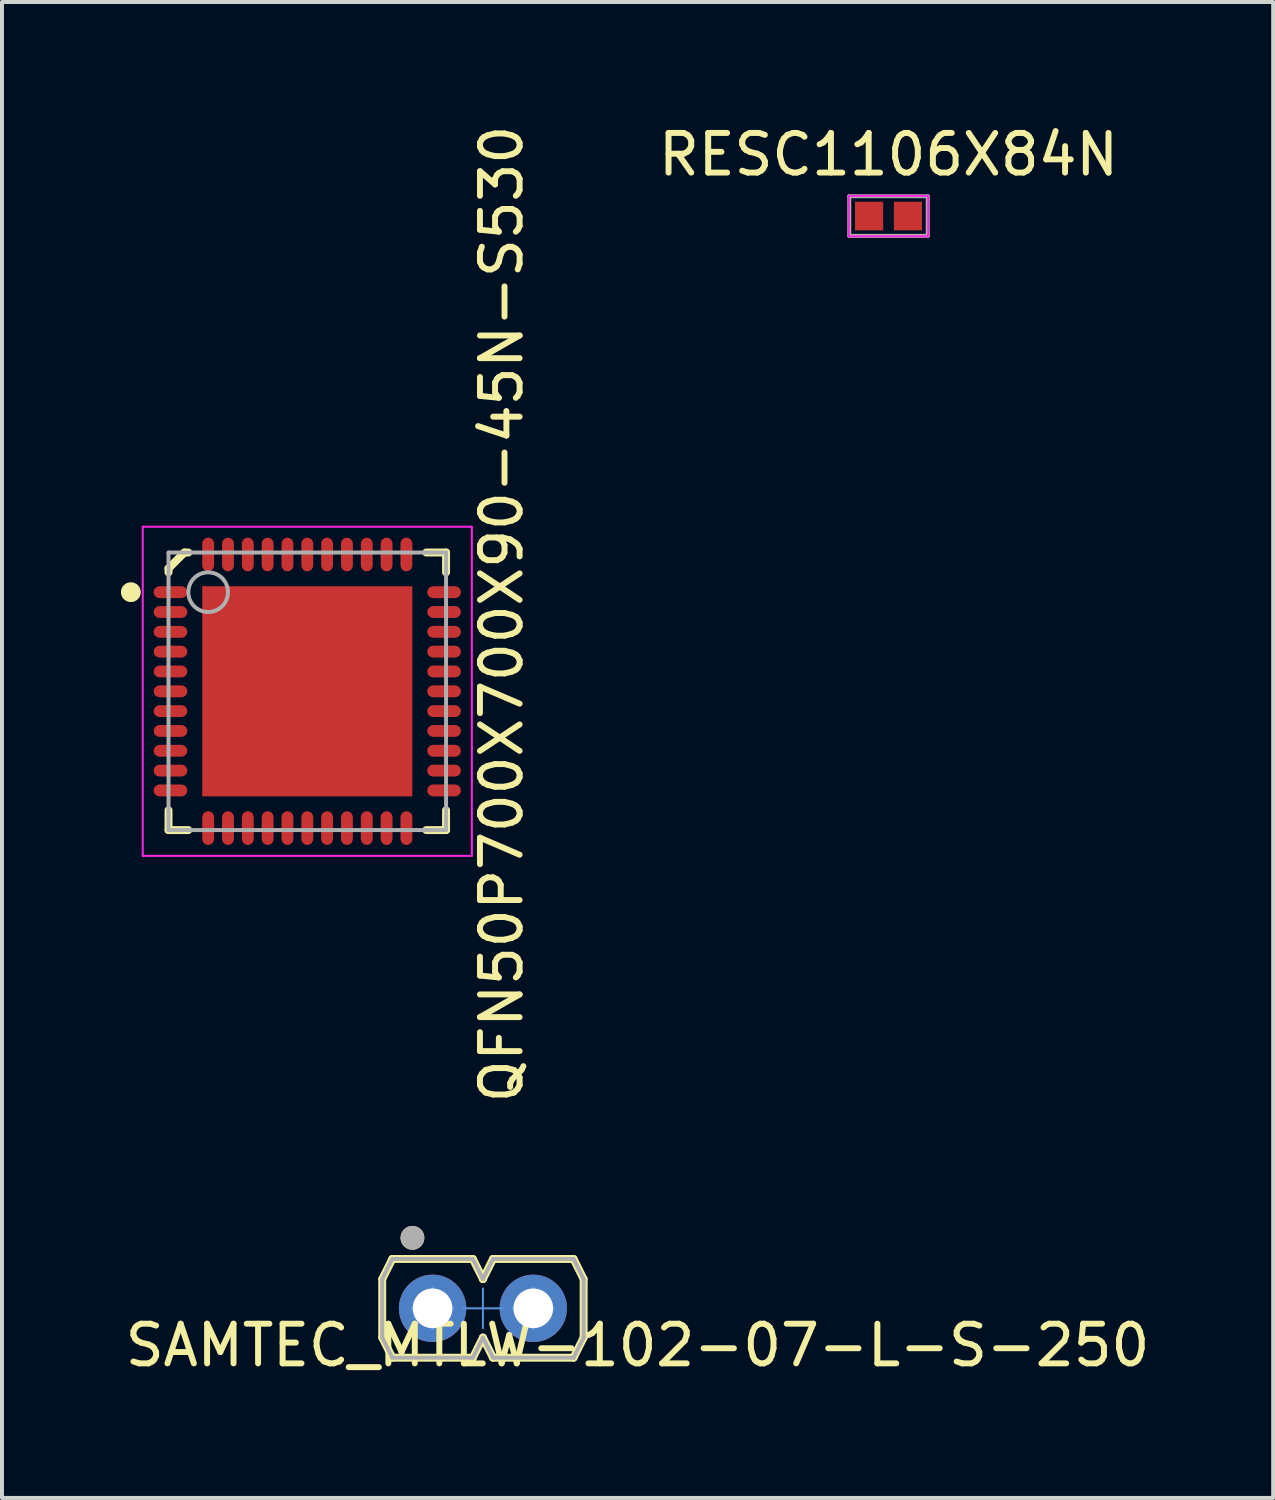
<source format=kicad_pcb>
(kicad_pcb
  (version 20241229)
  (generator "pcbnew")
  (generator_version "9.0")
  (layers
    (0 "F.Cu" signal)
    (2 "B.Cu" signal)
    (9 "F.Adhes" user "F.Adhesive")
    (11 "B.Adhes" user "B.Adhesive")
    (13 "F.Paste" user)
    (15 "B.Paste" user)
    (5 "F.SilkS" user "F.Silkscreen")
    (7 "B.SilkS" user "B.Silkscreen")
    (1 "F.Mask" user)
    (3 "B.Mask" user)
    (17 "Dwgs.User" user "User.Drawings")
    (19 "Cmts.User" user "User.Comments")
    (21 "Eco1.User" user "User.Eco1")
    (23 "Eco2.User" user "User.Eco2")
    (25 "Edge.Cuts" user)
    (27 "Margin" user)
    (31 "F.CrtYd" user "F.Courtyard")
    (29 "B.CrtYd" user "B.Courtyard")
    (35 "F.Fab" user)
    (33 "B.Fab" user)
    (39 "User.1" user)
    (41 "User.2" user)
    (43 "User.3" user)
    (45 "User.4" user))
  (footprint "RESC1106X84N"
    (layer "F.Cu")
    (at 19.359 2.399)
    (property "Reference" "RESC1106X84N" (at 0 -1.551 0) (layer "F.SilkS") (effects (font (size 1 1) (thickness 0.15))))
    (attr smd)
    (fp_line (start -1 -0.51) (end 1 -0.51) (stroke (width 0.05) (type solid)) (layer "F.CrtYd"))
    (fp_line (start -1 0.51) (end -1 -0.51) (stroke (width 0.05) (type solid)) (layer "F.CrtYd"))
    (fp_line (start -1 0.51) (end 1 0.51) (stroke (width 0.05) (type solid)) (layer "F.CrtYd"))
    (fp_line (start 1 0.51) (end 1 -0.51) (stroke (width 0.05) (type solid)) (layer "F.CrtYd"))
    (fp_line (start -0.99 -0.5) (end 0.99 -0.5) (stroke (width 0.1) (type solid)) (layer "F.Fab"))
    (fp_line (start -0.99 0.5) (end -0.99 -0.5) (stroke (width 0.1) (type solid)) (layer "F.Fab"))
    (fp_line (start -0.99 0.5) (end 0.99 0.5) (stroke (width 0.1) (type solid)) (layer "F.Fab"))
    (fp_line (start 0.99 0.5) (end 0.99 -0.5) (stroke (width 0.1) (type solid)) (layer "F.Fab"))
    (pad "1" smd rect (at -0.49 0 270) (size 0.72 0.71) (layers "F.Cu" "F.Mask" "F.Paste"))
    (pad "2" smd rect (at 0.49 0 270) (size 0.72 0.71) (layers "F.Cu" "F.Mask" "F.Paste")))
  (footprint "SAMTEC_MTLW-102-07-L-S-250"
    (layer "F.Cu")
    (at 7.86 29.947)
    (property "Reference" "SAMTEC_MTLW-102-07-L-S-250" (at 5.17 0.933 0) (layer "F.SilkS") (effects (font (size 1 1) (thickness 0.15))))
    (attr through_hole)
    (fp_line (start -1.27 -0.737) (end -1.016 -1.245) (stroke (width 0.2) (type solid)) (layer "F.SilkS"))
    (fp_line (start -1.27 0.737) (end -1.27 -0.737) (stroke (width 0.2) (type solid)) (layer "F.SilkS"))
    (fp_line (start -1.27 0.737) (end -1.016 1.245) (stroke (width 0.2) (type solid)) (layer "F.SilkS"))
    (fp_line (start -1.016 -1.245) (end 1.016 -1.245) (stroke (width 0.2) (type solid)) (layer "F.SilkS"))
    (fp_line (start -1.016 1.245) (end 1.016 1.245) (stroke (width 0.2) (type solid)) (layer "F.SilkS"))
    (fp_line (start 1.016 -1.245) (end 1.27 -0.737) (stroke (width 0.2) (type solid)) (layer "F.SilkS"))
    (fp_line (start 1.016 1.245) (end 1.27 0.737) (stroke (width 0.2) (type solid)) (layer "F.SilkS"))
    (fp_line (start 1.27 -0.737) (end 1.524 -1.245) (stroke (width 0.2) (type solid)) (layer "F.SilkS"))
    (fp_line (start 1.27 0.737) (end 1.524 1.245) (stroke (width 0.2) (type solid)) (layer "F.SilkS"))
    (fp_line (start 1.524 -1.245) (end 3.556 -1.245) (stroke (width 0.2) (type solid)) (layer "F.SilkS"))
    (fp_line (start 1.524 1.245) (end 3.556 1.245) (stroke (width 0.2) (type solid)) (layer "F.SilkS"))
    (fp_line (start 3.556 -1.245) (end 3.81 -0.737) (stroke (width 0.2) (type solid)) (layer "F.SilkS"))
    (fp_line (start 3.556 1.245) (end 3.81 0.737) (stroke (width 0.2) (type solid)) (layer "F.SilkS"))
    (fp_line (start 3.81 0.737) (end 3.81 -0.737) (stroke (width 0.2) (type solid)) (layer "F.SilkS"))
    (fp_circle (center -0.508 -1.778) (end -0.358 -1.778) (stroke (width 0.3) (type solid)) (fill no) (layer "F.SilkS"))
    (fp_line (start -0.5 0) (end 0 0) (stroke (width 0.1) (type solid)) (layer "Cmts.User"))
    (fp_line (start 0 0) (end 0 -0.5) (stroke (width 0.1) (type solid)) (layer "Cmts.User"))
    (fp_line (start 0 0) (end 0.5 0) (stroke (width 0.1) (type solid)) (layer "Cmts.User"))
    (fp_line (start 0 0.5) (end 0 0) (stroke (width 0.1) (type solid)) (layer "Cmts.User"))
    (fp_line (start 0.77 0) (end 1.27 0) (stroke (width 0.05) (type solid)) (layer "Cmts.User"))
    (fp_line (start 1.27 0) (end 1.27 -0.5) (stroke (width 0.05) (type solid)) (layer "Cmts.User"))
    (fp_line (start 1.27 0) (end 1.77 0) (stroke (width 0.05) (type solid)) (layer "Cmts.User"))
    (fp_line (start 1.27 0.5) (end 1.27 0) (stroke (width 0.05) (type solid)) (layer "Cmts.User"))
    (fp_line (start 2.04 0) (end 2.54 0) (stroke (width 0.1) (type solid)) (layer "Cmts.User"))
    (fp_line (start 2.54 0) (end 2.54 -0.5) (stroke (width 0.1) (type solid)) (layer "Cmts.User"))
    (fp_line (start 2.54 0) (end 3.04 0) (stroke (width 0.1) (type solid)) (layer "Cmts.User"))
    (fp_line (start 2.54 0.5) (end 2.54 0) (stroke (width 0.1) (type solid)) (layer "Cmts.User"))
    (fp_line (start -1.27 -0.737) (end -1.016 -1.245) (stroke (width 0.1) (type solid)) (layer "F.Fab"))
    (fp_line (start -1.27 0.737) (end -1.27 -0.737) (stroke (width 0.1) (type solid)) (layer "F.Fab"))
    (fp_line (start -1.27 0.737) (end -1.016 1.245) (stroke (width 0.1) (type solid)) (layer "F.Fab"))
    (fp_line (start -1.016 -1.245) (end 1.016 -1.245) (stroke (width 0.1) (type solid)) (layer "F.Fab"))
    (fp_line (start -1.016 1.245) (end 1.016 1.245) (stroke (width 0.1) (type solid)) (layer "F.Fab"))
    (fp_line (start -0.317 -0.318) (end 0.318 -0.318) (stroke (width 0.1) (type solid)) (layer "F.Fab"))
    (fp_line (start -0.317 0.318) (end -0.317 -0.318) (stroke (width 0.1) (type solid)) (layer "F.Fab"))
    (fp_line (start -0.317 0.318) (end 0.318 0.318) (stroke (width 0.1) (type solid)) (layer "F.Fab"))
    (fp_line (start 0.318 0.318) (end 0.318 -0.318) (stroke (width 0.1) (type solid)) (layer "F.Fab"))
    (fp_line (start 1.016 -1.245) (end 1.27 -0.737) (stroke (width 0.1) (type solid)) (layer "F.Fab"))
    (fp_line (start 1.016 1.245) (end 1.27 0.737) (stroke (width 0.1) (type solid)) (layer "F.Fab"))
    (fp_line (start 1.27 -0.737) (end 1.524 -1.245) (stroke (width 0.1) (type solid)) (layer "F.Fab"))
    (fp_line (start 1.27 0.737) (end 1.524 1.245) (stroke (width 0.1) (type solid)) (layer "F.Fab"))
    (fp_line (start 1.524 -1.245) (end 3.556 -1.245) (stroke (width 0.1) (type solid)) (layer "F.Fab"))
    (fp_line (start 1.524 1.245) (end 3.556 1.245) (stroke (width 0.1) (type solid)) (layer "F.Fab"))
    (fp_line (start 2.223 -0.318) (end 2.858 -0.318) (stroke (width 0.1) (type solid)) (layer "F.Fab"))
    (fp_line (start 2.223 0.318) (end 2.223 -0.318) (stroke (width 0.1) (type solid)) (layer "F.Fab"))
    (fp_line (start 2.223 0.318) (end 2.858 0.318) (stroke (width 0.1) (type solid)) (layer "F.Fab"))
    (fp_line (start 2.858 0.318) (end 2.858 -0.318) (stroke (width 0.1) (type solid)) (layer "F.Fab"))
    (fp_line (start 3.556 -1.245) (end 3.81 -0.737) (stroke (width 0.1) (type solid)) (layer "F.Fab"))
    (fp_line (start 3.556 1.245) (end 3.81 0.737) (stroke (width 0.1) (type solid)) (layer "F.Fab"))
    (fp_line (start 3.81 0.737) (end 3.81 -0.737) (stroke (width 0.1) (type solid)) (layer "F.Fab"))
    (fp_circle (center -0.508 -1.778) (end -0.358 -1.778) (stroke (width 0.3) (type solid)) (fill no) (layer "F.Fab"))
    (pad "1" thru_hole circle (at 0 0) (size 1.7 1.7) (drill 1) (layers "*.Cu" "*.Mask"))
    (pad "2" thru_hole circle (at 2.54 0) (size 1.7 1.7) (drill 1) (layers "*.Cu" "*.Mask")))
  (footprint "QFN50P700X700X90-45N-S530"
    (layer "F.Cu")
    (at 4.7 14.385)
    (property "Reference" "QFN50P700X700X90-45N-S530" (at 4.9 -1.95 270) (layer "F.SilkS") (effects (font (size 1 1) (thickness 0.15))))
    (attr smd)
    (fp_line (start -3.5 -3.1) (end -3.1 -3.5) (stroke (width 0.2) (type solid)) (layer "F.SilkS"))
    (fp_line (start -3.5 -3) (end -3.5 -3.1) (stroke (width 0.2) (type solid)) (layer "F.SilkS"))
    (fp_line (start -3.5 3.5) (end -3.5 3) (stroke (width 0.2) (type solid)) (layer "F.SilkS"))
    (fp_line (start -3.5 3.5) (end -3 3.5) (stroke (width 0.2) (type solid)) (layer "F.SilkS"))
    (fp_line (start -3.1 -3.5) (end -3 -3.5) (stroke (width 0.2) (type solid)) (layer "F.SilkS"))
    (fp_line (start 3 -3.5) (end 3.5 -3.5) (stroke (width 0.2) (type solid)) (layer "F.SilkS"))
    (fp_line (start 3 3.5) (end 3.5 3.5) (stroke (width 0.2) (type solid)) (layer "F.SilkS"))
    (fp_line (start 3.5 -3) (end 3.5 -3.5) (stroke (width 0.2) (type solid)) (layer "F.SilkS"))
    (fp_line (start 3.5 3.5) (end 3.5 3) (stroke (width 0.2) (type solid)) (layer "F.SilkS"))
    (fp_circle (center -4.45 -2.5) (end -4.325 -2.5) (stroke (width 0.25) (type solid)) (fill no) (layer "F.SilkS"))
    (fp_line (start -4.15 -4.15) (end 4.15 -4.15) (stroke (width 0.05) (type solid)) (layer "F.CrtYd"))
    (fp_line (start -4.15 4.15) (end -4.15 -4.15) (stroke (width 0.05) (type solid)) (layer "F.CrtYd"))
    (fp_line (start -4.15 4.15) (end 4.15 4.15) (stroke (width 0.05) (type solid)) (layer "F.CrtYd"))
    (fp_line (start 4.15 4.15) (end 4.15 -4.15) (stroke (width 0.05) (type solid)) (layer "F.CrtYd"))
    (fp_line (start -3.5 -3.5) (end 3.5 -3.5) (stroke (width 0.1) (type solid)) (layer "F.Fab"))
    (fp_line (start -3.5 3.5) (end -3.5 -3.5) (stroke (width 0.1) (type solid)) (layer "F.Fab"))
    (fp_line (start -3.5 3.5) (end 3.5 3.5) (stroke (width 0.1) (type solid)) (layer "F.Fab"))
    (fp_line (start 3.5 3.5) (end 3.5 -3.5) (stroke (width 0.1) (type solid)) (layer "F.Fab"))
    (fp_circle (center -2.5 -2.5) (end -2 -2.5) (stroke (width 0.1) (type solid)) (fill no) (layer "F.Fab"))
    (pad "1" smd roundrect (at -3.45 -2.5) (size 0.85 0.3) (layers "F.Cu" "F.Mask" "F.Paste") (roundrect_rratio 0.5))
    (pad "2" smd roundrect (at -3.45 -2) (size 0.85 0.3) (layers "F.Cu" "F.Mask" "F.Paste") (roundrect_rratio 0.5))
    (pad "3" smd roundrect (at -3.45 -1.5) (size 0.85 0.3) (layers "F.Cu" "F.Mask" "F.Paste") (roundrect_rratio 0.5))
    (pad "4" smd roundrect (at -3.45 -1) (size 0.85 0.3) (layers "F.Cu" "F.Mask" "F.Paste") (roundrect_rratio 0.5))
    (pad "5" smd roundrect (at -3.45 -0.5) (size 0.85 0.3) (layers "F.Cu" "F.Mask" "F.Paste") (roundrect_rratio 0.5))
    (pad "6" smd roundrect (at -3.45 0) (size 0.85 0.3) (layers "F.Cu" "F.Mask" "F.Paste") (roundrect_rratio 0.5))
    (pad "7" smd roundrect (at -3.45 0.5) (size 0.85 0.3) (layers "F.Cu" "F.Mask" "F.Paste") (roundrect_rratio 0.5))
    (pad "8" smd roundrect (at -3.45 1) (size 0.85 0.3) (layers "F.Cu" "F.Mask" "F.Paste") (roundrect_rratio 0.5))
    (pad "9" smd roundrect (at -3.45 1.5) (size 0.85 0.3) (layers "F.Cu" "F.Mask" "F.Paste") (roundrect_rratio 0.5))
    (pad "10" smd roundrect (at -3.45 2) (size 0.85 0.3) (layers "F.Cu" "F.Mask" "F.Paste") (roundrect_rratio 0.5))
    (pad "11" smd roundrect (at -3.45 2.5) (size 0.85 0.3) (layers "F.Cu" "F.Mask" "F.Paste") (roundrect_rratio 0.5))
    (pad "12" smd roundrect (at -2.5 3.45 90) (size 0.85 0.3) (layers "F.Cu" "F.Mask" "F.Paste") (roundrect_rratio 0.5))
    (pad "13" smd roundrect (at -2 3.45 90) (size 0.85 0.3) (layers "F.Cu" "F.Mask" "F.Paste") (roundrect_rratio 0.5))
    (pad "14" smd roundrect (at -1.5 3.45 90) (size 0.85 0.3) (layers "F.Cu" "F.Mask" "F.Paste") (roundrect_rratio 0.5))
    (pad "15" smd roundrect (at -1 3.45 90) (size 0.85 0.3) (layers "F.Cu" "F.Mask" "F.Paste") (roundrect_rratio 0.5))
    (pad "16" smd roundrect (at -0.5 3.45 90) (size 0.85 0.3) (layers "F.Cu" "F.Mask" "F.Paste") (roundrect_rratio 0.5))
    (pad "17" smd roundrect (at 0 3.45 90) (size 0.85 0.3) (layers "F.Cu" "F.Mask" "F.Paste") (roundrect_rratio 0.5))
    (pad "18" smd roundrect (at 0.5 3.45 90) (size 0.85 0.3) (layers "F.Cu" "F.Mask" "F.Paste") (roundrect_rratio 0.5))
    (pad "19" smd roundrect (at 1 3.45 90) (size 0.85 0.3) (layers "F.Cu" "F.Mask" "F.Paste") (roundrect_rratio 0.5))
    (pad "20" smd roundrect (at 1.5 3.45 90) (size 0.85 0.3) (layers "F.Cu" "F.Mask" "F.Paste") (roundrect_rratio 0.5))
    (pad "21" smd roundrect (at 2 3.45 90) (size 0.85 0.3) (layers "F.Cu" "F.Mask" "F.Paste") (roundrect_rratio 0.5))
    (pad "22" smd roundrect (at 2.5 3.45 90) (size 0.85 0.3) (layers "F.Cu" "F.Mask" "F.Paste") (roundrect_rratio 0.5))
    (pad "23" smd roundrect (at 3.45 2.5) (size 0.85 0.3) (layers "F.Cu" "F.Mask" "F.Paste") (roundrect_rratio 0.5))
    (pad "24" smd roundrect (at 3.45 2) (size 0.85 0.3) (layers "F.Cu" "F.Mask" "F.Paste") (roundrect_rratio 0.5))
    (pad "25" smd roundrect (at 3.45 1.5) (size 0.85 0.3) (layers "F.Cu" "F.Mask" "F.Paste") (roundrect_rratio 0.5))
    (pad "26" smd roundrect (at 3.45 1) (size 0.85 0.3) (layers "F.Cu" "F.Mask" "F.Paste") (roundrect_rratio 0.5))
    (pad "27" smd roundrect (at 3.45 0.5) (size 0.85 0.3) (layers "F.Cu" "F.Mask" "F.Paste") (roundrect_rratio 0.5))
    (pad "28" smd roundrect (at 3.45 0) (size 0.85 0.3) (layers "F.Cu" "F.Mask" "F.Paste") (roundrect_rratio 0.5))
    (pad "29" smd roundrect (at 3.45 -0.5) (size 0.85 0.3) (layers "F.Cu" "F.Mask" "F.Paste") (roundrect_rratio 0.5))
    (pad "30" smd roundrect (at 3.45 -1) (size 0.85 0.3) (layers "F.Cu" "F.Mask" "F.Paste") (roundrect_rratio 0.5))
    (pad "31" smd roundrect (at 3.45 -1.5) (size 0.85 0.3) (layers "F.Cu" "F.Mask" "F.Paste") (roundrect_rratio 0.5))
    (pad "32" smd roundrect (at 3.45 -2) (size 0.85 0.3) (layers "F.Cu" "F.Mask" "F.Paste") (roundrect_rratio 0.5))
    (pad "33" smd roundrect (at 3.45 -2.5) (size 0.85 0.3) (layers "F.Cu" "F.Mask" "F.Paste") (roundrect_rratio 0.5))
    (pad "34" smd roundrect (at 2.5 -3.45 90) (size 0.85 0.3) (layers "F.Cu" "F.Mask" "F.Paste") (roundrect_rratio 0.5))
    (pad "35" smd roundrect (at 2 -3.45 90) (size 0.85 0.3) (layers "F.Cu" "F.Mask" "F.Paste") (roundrect_rratio 0.5))
    (pad "36" smd roundrect (at 1.5 -3.45 90) (size 0.85 0.3) (layers "F.Cu" "F.Mask" "F.Paste") (roundrect_rratio 0.5))
    (pad "37" smd roundrect (at 1 -3.45 90) (size 0.85 0.3) (layers "F.Cu" "F.Mask" "F.Paste") (roundrect_rratio 0.5))
    (pad "38" smd roundrect (at 0.5 -3.45 90) (size 0.85 0.3) (layers "F.Cu" "F.Mask" "F.Paste") (roundrect_rratio 0.5))
    (pad "39" smd roundrect (at 0 -3.45 90) (size 0.85 0.3) (layers "F.Cu" "F.Mask" "F.Paste") (roundrect_rratio 0.5))
    (pad "40" smd roundrect (at -0.5 -3.45 90) (size 0.85 0.3) (layers "F.Cu" "F.Mask" "F.Paste") (roundrect_rratio 0.5))
    (pad "41" smd roundrect (at -1 -3.45 90) (size 0.85 0.3) (layers "F.Cu" "F.Mask" "F.Paste") (roundrect_rratio 0.5))
    (pad "42" smd roundrect (at -1.5 -3.45 90) (size 0.85 0.3) (layers "F.Cu" "F.Mask" "F.Paste") (roundrect_rratio 0.5))
    (pad "43" smd roundrect (at -2 -3.45 90) (size 0.85 0.3) (layers "F.Cu" "F.Mask" "F.Paste") (roundrect_rratio 0.5))
    (pad "44" smd roundrect (at -2.5 -3.45 90) (size 0.85 0.3) (layers "F.Cu" "F.Mask" "F.Paste") (roundrect_rratio 0.5))
    (pad "45" smd rect (at 0 0) (size 5.3 5.3) (layers "F.Cu" "F.Mask" "F.Paste")))
  (gr_rect
    (start -3 -3)
    (end 29.06 34.729)
    (stroke (width 0.1) (type default))
    (fill no)
    (layer "Edge.Cuts")))
</source>
